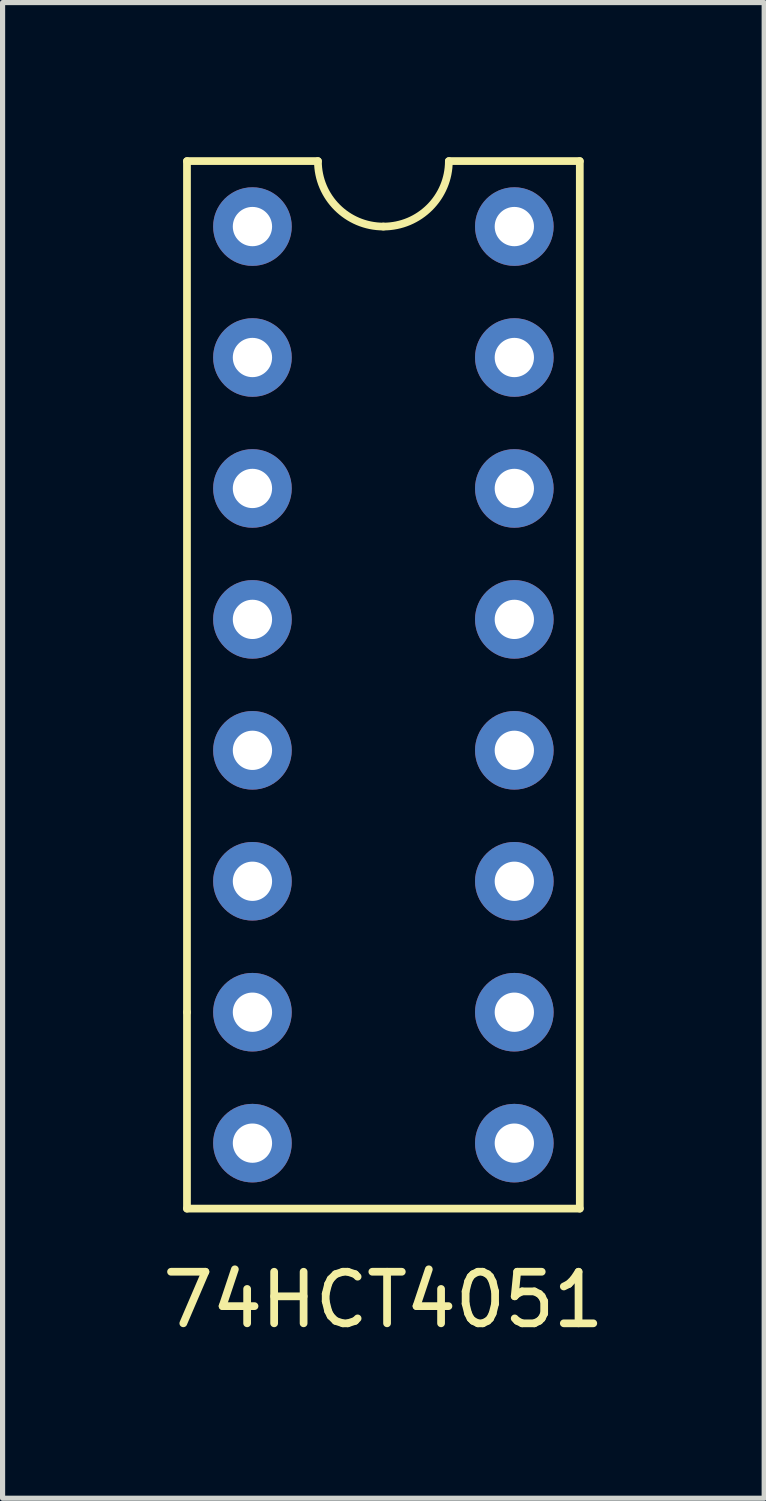
<source format=kicad_pcb>
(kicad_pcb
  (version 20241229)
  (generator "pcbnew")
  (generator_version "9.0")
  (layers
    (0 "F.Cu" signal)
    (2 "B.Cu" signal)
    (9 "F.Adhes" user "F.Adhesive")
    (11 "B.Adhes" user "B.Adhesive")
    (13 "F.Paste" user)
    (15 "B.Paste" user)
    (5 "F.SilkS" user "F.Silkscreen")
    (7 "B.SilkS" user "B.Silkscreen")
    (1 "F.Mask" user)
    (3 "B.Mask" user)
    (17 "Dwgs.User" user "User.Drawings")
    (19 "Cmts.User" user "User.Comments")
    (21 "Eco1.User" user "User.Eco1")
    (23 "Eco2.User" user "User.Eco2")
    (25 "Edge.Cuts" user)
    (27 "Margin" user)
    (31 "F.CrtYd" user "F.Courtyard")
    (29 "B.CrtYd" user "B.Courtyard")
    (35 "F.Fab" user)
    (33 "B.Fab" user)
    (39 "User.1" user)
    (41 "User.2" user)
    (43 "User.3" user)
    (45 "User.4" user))
  (footprint "74HCT4051"
    (layer "F.Cu")
    (at 4.387 3.885)
    (property "Reference" "74HCT4051" (at 0 18.28 0) (layer "F.SilkS") (effects (font (size 1 1) (thickness 0.15))))
    (attr through_hole)
    (fp_line (start -3.81 12.7) (end -3.81 -3.81) (stroke (width 0.15) (type solid)) (layer "F.SilkS"))
    (fp_line (start -3.81 12.7) (end -3.81 16.51) (stroke (width 0.15) (type solid)) (layer "F.SilkS"))
    (fp_line (start -1.27 -3.81) (end -3.81 -3.81) (stroke (width 0.15) (type solid)) (layer "F.SilkS"))
    (fp_line (start 1.27 -3.81) (end 3.81 -3.81) (stroke (width 0.15) (type solid)) (layer "F.SilkS"))
    (fp_line (start 3.81 16.51) (end -3.81 16.51) (stroke (width 0.15) (type solid)) (layer "F.SilkS"))
    (fp_line (start 3.81 16.51) (end 3.81 -3.81) (stroke (width 0.15) (type solid)) (layer "F.SilkS"))
    (fp_arc (start 0 -2.54) (mid -0.898026 -2.911974) (end -1.27 -3.81) (stroke (width 0.15) (type solid)) (layer "F.SilkS"))
    (fp_arc (start 1.27 -3.81) (mid 0.898026 -2.911974) (end 0 -2.54) (stroke (width 0.15) (type solid)) (layer "F.SilkS"))
    (pad "1" thru_hole circle (at -2.54 -2.54) (size 1.524 1.524) (drill 0.762) (layers "*.Cu" "*.Mask"))
    (pad "2" thru_hole circle (at -2.54 0) (size 1.524 1.524) (drill 0.762) (layers "*.Cu" "*.Mask"))
    (pad "3" thru_hole circle (at -2.54 2.54) (size 1.524 1.524) (drill 0.762) (layers "*.Cu" "*.Mask"))
    (pad "4" thru_hole circle (at -2.54 5.08) (size 1.524 1.524) (drill 0.762) (layers "*.Cu" "*.Mask"))
    (pad "5" thru_hole circle (at -2.54 7.62) (size 1.524 1.524) (drill 0.762) (layers "*.Cu" "*.Mask"))
    (pad "6" thru_hole circle (at -2.54 10.16) (size 1.524 1.524) (drill 0.762) (layers "*.Cu" "*.Mask"))
    (pad "7" thru_hole circle (at -2.54 12.7) (size 1.524 1.524) (drill 0.762) (layers "*.Cu" "*.Mask"))
    (pad "8" thru_hole circle (at -2.54 15.24) (size 1.524 1.524) (drill 0.762) (layers "*.Cu" "*.Mask"))
    (pad "9" thru_hole circle (at 2.54 15.24) (size 1.524 1.524) (drill 0.762) (layers "*.Cu" "*.Mask"))
    (pad "10" thru_hole circle (at 2.54 12.7) (size 1.524 1.524) (drill 0.762) (layers "*.Cu" "*.Mask"))
    (pad "11" thru_hole circle (at 2.54 10.16) (size 1.524 1.524) (drill 0.762) (layers "*.Cu" "*.Mask"))
    (pad "12" thru_hole circle (at 2.54 7.62) (size 1.524 1.524) (drill 0.762) (layers "*.Cu" "*.Mask"))
    (pad "13" thru_hole circle (at 2.54 5.08) (size 1.524 1.524) (drill 0.762) (layers "*.Cu" "*.Mask"))
    (pad "14" thru_hole circle (at 2.54 2.54) (size 1.524 1.524) (drill 0.762) (layers "*.Cu" "*.Mask"))
    (pad "15" thru_hole circle (at 2.54 0) (size 1.524 1.524) (drill 0.762) (layers "*.Cu" "*.Mask"))
    (pad "16" thru_hole circle (at 2.54 -2.54) (size 1.524 1.524) (drill 0.762) (layers "*.Cu" "*.Mask")))
  (gr_rect
    (start -3 -3)
    (end 11.774 26.013)
    (stroke (width 0.1) (type default))
    (fill no)
    (layer "Edge.Cuts")))
</source>
